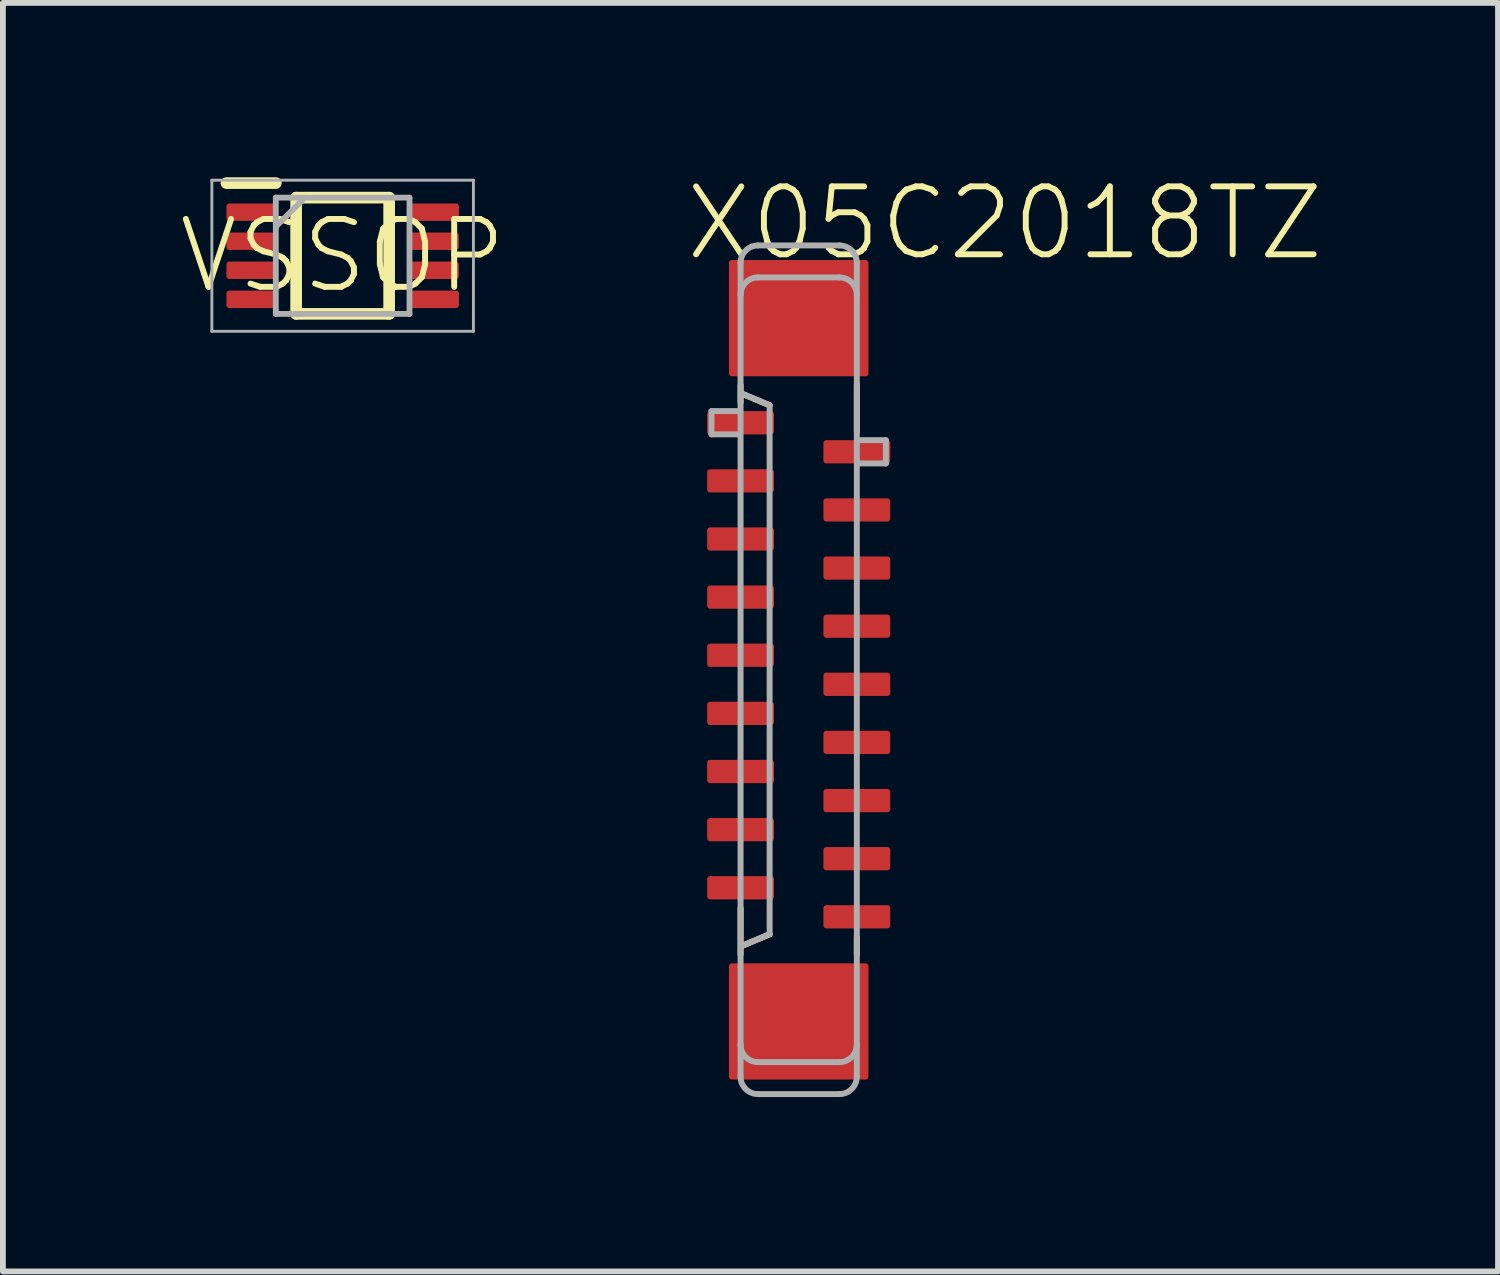
<source format=kicad_pcb>
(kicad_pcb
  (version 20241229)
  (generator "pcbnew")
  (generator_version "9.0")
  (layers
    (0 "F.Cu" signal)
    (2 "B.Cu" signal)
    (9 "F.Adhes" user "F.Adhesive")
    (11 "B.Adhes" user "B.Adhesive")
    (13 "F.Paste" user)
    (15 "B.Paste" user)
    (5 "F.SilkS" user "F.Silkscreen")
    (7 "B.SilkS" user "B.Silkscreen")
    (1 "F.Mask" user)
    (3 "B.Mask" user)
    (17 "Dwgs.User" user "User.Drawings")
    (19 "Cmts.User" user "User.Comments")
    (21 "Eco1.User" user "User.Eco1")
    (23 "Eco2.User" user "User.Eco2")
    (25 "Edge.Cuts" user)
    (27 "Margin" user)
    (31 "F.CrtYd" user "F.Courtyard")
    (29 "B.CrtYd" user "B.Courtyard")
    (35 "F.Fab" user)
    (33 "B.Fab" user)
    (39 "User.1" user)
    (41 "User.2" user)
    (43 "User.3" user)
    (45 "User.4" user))
  (footprint "VSSOP"
    (layer "F.Cu")
    (at 2.845 1.35)
    (property "Reference" "VSSOP" (at 0 0 0) (layer "F.SilkS") (effects (font (size 1.168 1.168) (thickness 0.102))))
    (fp_line (start -2 -1.25) (end -1.15 -1.25) (stroke (width 0.2) (type solid)) (layer "F.SilkS"))
    (fp_line (start -0.8 -1) (end 0.8 -1) (stroke (width 0.2) (type solid)) (layer "F.SilkS"))
    (fp_line (start -0.8 1) (end -0.8 -1) (stroke (width 0.2) (type solid)) (layer "F.SilkS"))
    (fp_line (start 0.8 -1) (end 0.8 1) (stroke (width 0.2) (type solid)) (layer "F.SilkS"))
    (fp_line (start 0.8 1) (end -0.8 1) (stroke (width 0.2) (type solid)) (layer "F.SilkS"))
    (fp_line (start -2.25 -1.3) (end 2.25 -1.3) (stroke (width 0.05) (type solid)) (layer "F.Fab"))
    (fp_line (start -2.25 1.3) (end -2.25 -1.3) (stroke (width 0.05) (type solid)) (layer "F.Fab"))
    (fp_line (start -1.15 -1) (end 1.15 -1) (stroke (width 0.1) (type solid)) (layer "F.Fab"))
    (fp_line (start -1.15 -0.5) (end -0.65 -1) (stroke (width 0.1) (type solid)) (layer "F.Fab"))
    (fp_line (start -1.15 1) (end -1.15 -1) (stroke (width 0.1) (type solid)) (layer "F.Fab"))
    (fp_line (start 1.15 -1) (end 1.15 1) (stroke (width 0.1) (type solid)) (layer "F.Fab"))
    (fp_line (start 1.15 1) (end -1.15 1) (stroke (width 0.1) (type solid)) (layer "F.Fab"))
    (fp_line (start 2.25 -1.3) (end 2.25 1.3) (stroke (width 0.05) (type solid)) (layer "F.Fab"))
    (fp_line (start 2.25 1.3) (end -2.25 1.3) (stroke (width 0.05) (type solid)) (layer "F.Fab"))
    (pad "1" smd roundrect (at -1.575 -0.75) (size 0.85 0.3) (layers "F.Cu" "F.Mask" "F.Paste") (roundrect_rratio 0.169))
    (pad "2" smd roundrect (at -1.575 -0.25) (size 0.85 0.3) (layers "F.Cu" "F.Mask" "F.Paste") (roundrect_rratio 0.169))
    (pad "3" smd roundrect (at -1.575 0.25) (size 0.85 0.3) (layers "F.Cu" "F.Mask" "F.Paste") (roundrect_rratio 0.169))
    (pad "4" smd roundrect (at -1.575 0.75) (size 0.85 0.3) (layers "F.Cu" "F.Mask" "F.Paste") (roundrect_rratio 0.169))
    (pad "5" smd roundrect (at 1.575 0.75) (size 0.85 0.3) (layers "F.Cu" "F.Mask" "F.Paste") (roundrect_rratio 0.169))
    (pad "6" smd roundrect (at 1.575 0.25) (size 0.85 0.3) (layers "F.Cu" "F.Mask" "F.Paste") (roundrect_rratio 0.169))
    (pad "7" smd roundrect (at 1.575 -0.25) (size 0.85 0.3) (layers "F.Cu" "F.Mask" "F.Paste") (roundrect_rratio 0.169))
    (pad "8" smd roundrect (at 1.575 -0.75) (size 0.85 0.3) (layers "F.Cu" "F.Mask" "F.Paste") (roundrect_rratio 0.169)))
  (footprint "X05C2018TZ"
    (layer "F.Cu")
    (at 10.691 8.473)
    (property "Reference" "X05C2018TZ" (at -2 -7 0) (layer "F.SilkS") (effects (font (size 1.168 1.168) (thickness 0.102)) (justify left bottom)))
    (fp_line (start -1 -4.6) (end -1 -4.9) (stroke (width 0.102) (type solid)) (layer "F.SilkS"))
    (fp_line (start -1 4.9) (end -1 4.1) (stroke (width 0.102) (type solid)) (layer "F.SilkS"))
    (fp_line (start -0.975 -4.75) (end -0.5 -4.55) (stroke (width 0.102) (type solid)) (layer "F.SilkS"))
    (fp_line (start -0.975 4.75) (end -0.5 4.55) (stroke (width 0.102) (type solid)) (layer "F.SilkS"))
    (fp_line (start 1 -4.1) (end 1 -4.9) (stroke (width 0.102) (type solid)) (layer "F.SilkS"))
    (fp_line (start 1 4.9) (end 1 4.6) (stroke (width 0.102) (type solid)) (layer "F.SilkS"))
    (fp_line (start -1.5 -4.45) (end -1.05 -4.45) (stroke (width 0.102) (type solid)) (layer "F.Fab"))
    (fp_line (start -1.5 -4.05) (end -1.5 -4.45) (stroke (width 0.102) (type solid)) (layer "F.Fab"))
    (fp_line (start -1.05 -4.05) (end -1.5 -4.05) (stroke (width 0.102) (type solid)) (layer "F.Fab"))
    (fp_line (start -1 -7) (end -1 -6.45) (stroke (width 0.102) (type solid)) (layer "F.Fab"))
    (fp_line (start -1 -6.45) (end -1 6.45) (stroke (width 0.102) (type solid)) (layer "F.Fab"))
    (fp_line (start -1 7) (end -1 6.45) (stroke (width 0.102) (type solid)) (layer "F.Fab"))
    (fp_line (start -0.975 -4.75) (end -0.5 -4.55) (stroke (width 0.102) (type solid)) (layer "F.Fab"))
    (fp_line (start -0.7 6.75) (end 0.7 6.75) (stroke (width 0.102) (type solid)) (layer "F.Fab"))
    (fp_line (start -0.7 7.3) (end 0.7 7.3) (stroke (width 0.102) (type solid)) (layer "F.Fab"))
    (fp_line (start -0.5 -4.55) (end -0.5 4.55) (stroke (width 0.102) (type solid)) (layer "F.Fab"))
    (fp_line (start -0.5 4.55) (end -0.975 4.75) (stroke (width 0.102) (type solid)) (layer "F.Fab"))
    (fp_line (start 0.7 -7.3) (end -0.7 -7.3) (stroke (width 0.102) (type solid)) (layer "F.Fab"))
    (fp_line (start 0.7 -6.75) (end -0.7 -6.75) (stroke (width 0.102) (type solid)) (layer "F.Fab"))
    (fp_line (start 1 -7) (end 1 -6.45) (stroke (width 0.102) (type solid)) (layer "F.Fab"))
    (fp_line (start 1 6.45) (end 1 -6.45) (stroke (width 0.102) (type solid)) (layer "F.Fab"))
    (fp_line (start 1 7) (end 1 6.45) (stroke (width 0.102) (type solid)) (layer "F.Fab"))
    (fp_line (start 1.05 -3.95) (end 1.5 -3.95) (stroke (width 0.102) (type solid)) (layer "F.Fab"))
    (fp_line (start 1.5 -3.95) (end 1.5 -3.55) (stroke (width 0.102) (type solid)) (layer "F.Fab"))
    (fp_line (start 1.5 -3.55) (end 1.05 -3.55) (stroke (width 0.102) (type solid)) (layer "F.Fab"))
    (fp_arc (start -1 -7) (mid -0.912132 -7.212132) (end -0.7 -7.3) (stroke (width 0.1016) (type solid)) (layer "F.Fab"))
    (fp_arc (start -1 -6.45) (mid -0.912132 -6.662132) (end -0.7 -6.75) (stroke (width 0.1016) (type solid)) (layer "F.Fab"))
    (fp_arc (start -0.7 6.75) (mid -0.912132 6.662132) (end -1 6.45) (stroke (width 0.1016) (type solid)) (layer "F.Fab"))
    (fp_arc (start -0.7 7.3) (mid -0.912132 7.212132) (end -1 7) (stroke (width 0.1016) (type solid)) (layer "F.Fab"))
    (fp_arc (start 0.7 -7.3) (mid 0.912132 -7.212132) (end 1 -7) (stroke (width 0.1016) (type solid)) (layer "F.Fab"))
    (fp_arc (start 0.7 -6.75) (mid 0.912132 -6.662132) (end 1 -6.45) (stroke (width 0.1016) (type solid)) (layer "F.Fab"))
    (fp_arc (start 1 6.45) (mid 0.912132 6.662132) (end 0.7 6.75) (stroke (width 0.1016) (type solid)) (layer "F.Fab"))
    (fp_arc (start 1 7) (mid 0.912132 7.212132) (end 0.7 7.3) (stroke (width 0.1016) (type solid)) (layer "F.Fab"))
    (pad "1" smd roundrect (at -1 -4.25 270) (size 0.4 1.15) (layers "F.Cu" "F.Mask" "F.Paste") (roundrect_rratio 0.127))
    (pad "2" smd roundrect (at 1 -3.75 90) (size 0.4 1.15) (layers "F.Cu" "F.Mask" "F.Paste") (roundrect_rratio 0.127))
    (pad "3" smd roundrect (at -1 -3.25 270) (size 0.4 1.15) (layers "F.Cu" "F.Mask" "F.Paste") (roundrect_rratio 0.127))
    (pad "4" smd roundrect (at 1 -2.75 90) (size 0.4 1.15) (layers "F.Cu" "F.Mask" "F.Paste") (roundrect_rratio 0.127))
    (pad "5" smd roundrect (at -1 -2.25 270) (size 0.4 1.15) (layers "F.Cu" "F.Mask" "F.Paste") (roundrect_rratio 0.127))
    (pad "6" smd roundrect (at 1 -1.75 90) (size 0.4 1.15) (layers "F.Cu" "F.Mask" "F.Paste") (roundrect_rratio 0.127))
    (pad "7" smd roundrect (at -1 -1.25 270) (size 0.4 1.15) (layers "F.Cu" "F.Mask" "F.Paste") (roundrect_rratio 0.127))
    (pad "8" smd roundrect (at 1 -0.75 90) (size 0.4 1.15) (layers "F.Cu" "F.Mask" "F.Paste") (roundrect_rratio 0.127))
    (pad "9" smd roundrect (at -1 -0.25 270) (size 0.4 1.15) (layers "F.Cu" "F.Mask" "F.Paste") (roundrect_rratio 0.127))
    (pad "10" smd roundrect (at 1 0.25 90) (size 0.4 1.15) (layers "F.Cu" "F.Mask" "F.Paste") (roundrect_rratio 0.127))
    (pad "11" smd roundrect (at -1 0.75 270) (size 0.4 1.15) (layers "F.Cu" "F.Mask" "F.Paste") (roundrect_rratio 0.127))
    (pad "12" smd roundrect (at 1 1.25 90) (size 0.4 1.15) (layers "F.Cu" "F.Mask" "F.Paste") (roundrect_rratio 0.127))
    (pad "13" smd roundrect (at -1 1.75 270) (size 0.4 1.15) (layers "F.Cu" "F.Mask" "F.Paste") (roundrect_rratio 0.127))
    (pad "14" smd roundrect (at 1 2.25 90) (size 0.4 1.15) (layers "F.Cu" "F.Mask" "F.Paste") (roundrect_rratio 0.127))
    (pad "15" smd roundrect (at -1 2.75 270) (size 0.4 1.15) (layers "F.Cu" "F.Mask" "F.Paste") (roundrect_rratio 0.127))
    (pad "16" smd roundrect (at 1 3.25 90) (size 0.4 1.15) (layers "F.Cu" "F.Mask" "F.Paste") (roundrect_rratio 0.127))
    (pad "17" smd roundrect (at -1 3.75 270) (size 0.4 1.15) (layers "F.Cu" "F.Mask" "F.Paste") (roundrect_rratio 0.127))
    (pad "18" smd roundrect (at 1 4.25 90) (size 0.4 1.15) (layers "F.Cu" "F.Mask" "F.Paste") (roundrect_rratio 0.127))
    (pad "M1" smd roundrect (at 0 -6.05 270) (size 2 2.4) (layers "F.Cu" "F.Mask" "F.Paste") (roundrect_rratio 0.025))
    (pad "M2" smd roundrect (at 0 6.05 270) (size 2 2.4) (layers "F.Cu" "F.Mask" "F.Paste") (roundrect_rratio 0.025)))
  (gr_rect
    (start -3 -3)
    (end 22.722 18.824)
    (stroke (width 0.1) (type default))
    (fill no)
    (layer "Edge.Cuts")))
</source>
